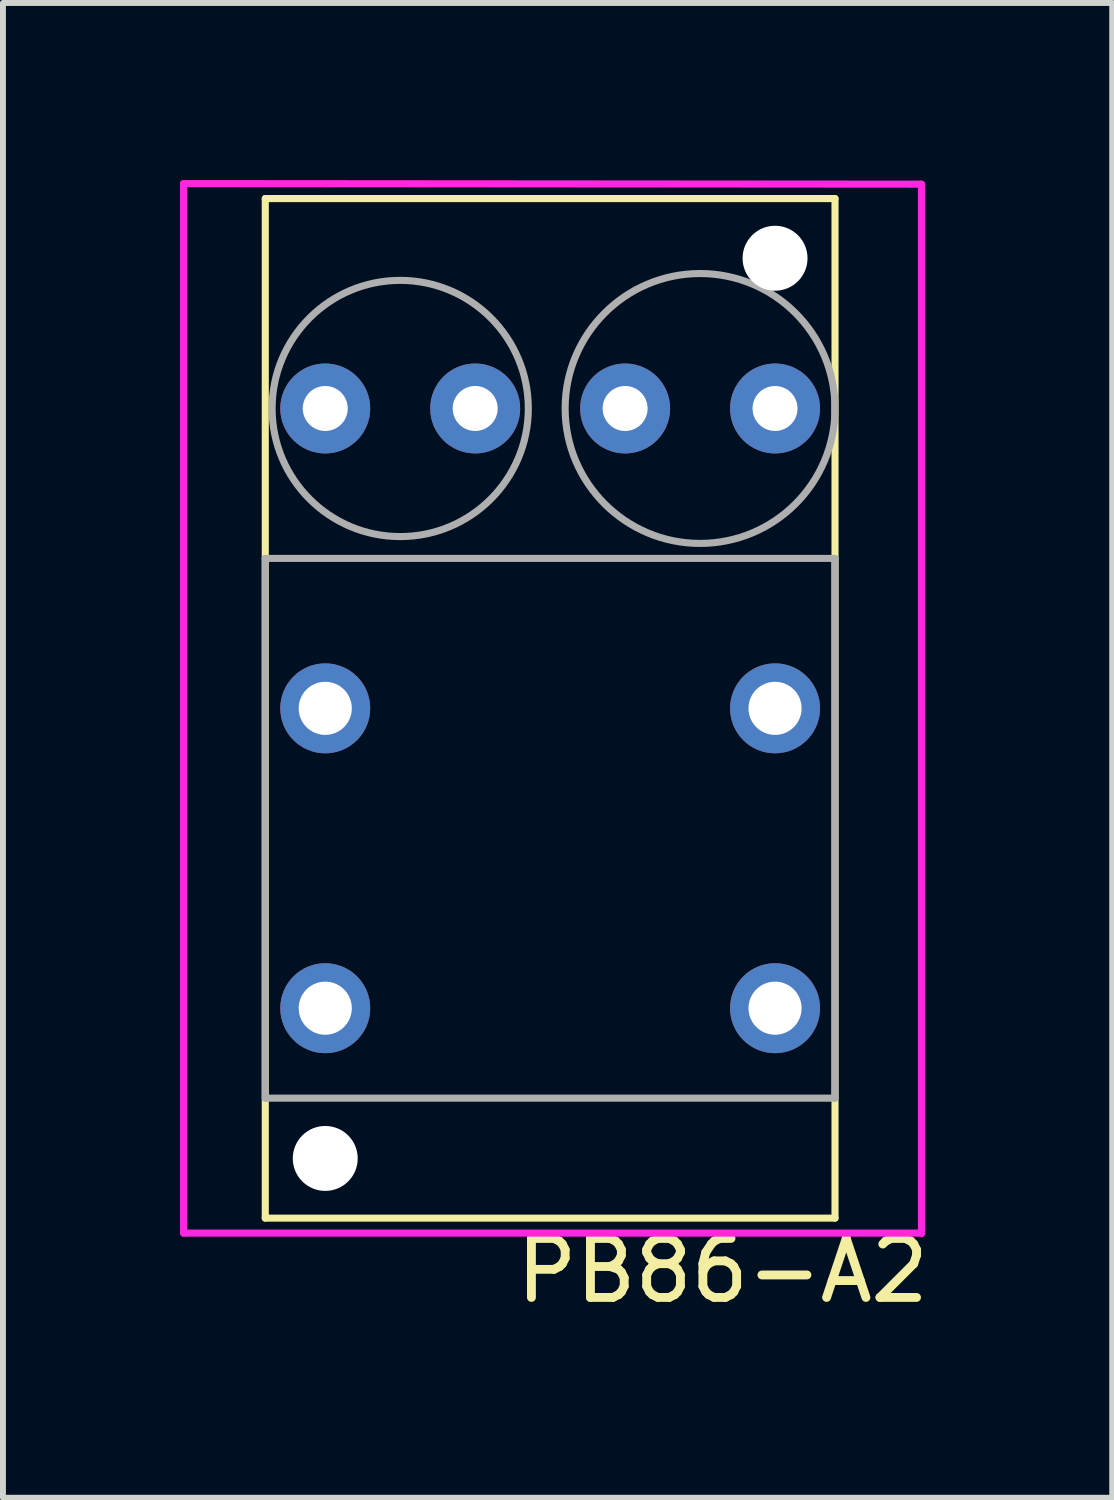
<source format=kicad_pcb>
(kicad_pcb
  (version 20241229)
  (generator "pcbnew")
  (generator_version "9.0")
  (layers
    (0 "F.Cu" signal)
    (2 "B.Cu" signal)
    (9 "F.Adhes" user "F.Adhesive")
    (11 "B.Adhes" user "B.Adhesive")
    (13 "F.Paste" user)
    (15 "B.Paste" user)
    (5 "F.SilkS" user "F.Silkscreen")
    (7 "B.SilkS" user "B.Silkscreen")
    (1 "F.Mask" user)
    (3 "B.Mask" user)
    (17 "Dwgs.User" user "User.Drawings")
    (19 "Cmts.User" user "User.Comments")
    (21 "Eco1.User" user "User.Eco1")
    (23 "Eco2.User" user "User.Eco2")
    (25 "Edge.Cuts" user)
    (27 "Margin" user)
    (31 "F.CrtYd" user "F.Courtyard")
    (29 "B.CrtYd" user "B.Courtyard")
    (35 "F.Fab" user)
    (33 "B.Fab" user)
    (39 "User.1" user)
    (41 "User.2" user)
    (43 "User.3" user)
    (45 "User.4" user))
  (footprint "PB86-A2"
    (layer "F.Cu")
    (at 2.46 8.95)
    (property "Reference" "PB86-A2" (at 6.731 9.525 0) (layer "F.SilkS") (effects (font (size 1 1) (thickness 0.15))))
    (attr through_hole)
    (fp_line (start -1.016 -8.636) (end 8.636 -8.636) (stroke (width 0.12) (type solid)) (layer "F.SilkS"))
    (fp_line (start -1.016 8.636) (end -1.016 -8.636) (stroke (width 0.12) (type solid)) (layer "F.SilkS"))
    (fp_line (start 8.636 -8.636) (end 8.636 8.636) (stroke (width 0.12) (type solid)) (layer "F.SilkS"))
    (fp_line (start 8.636 8.636) (end -1.016 8.636) (stroke (width 0.12) (type solid)) (layer "F.SilkS"))
    (fp_line (start -2.4 -8.89) (end 10.1 -8.88) (stroke (width 0.12) (type solid)) (layer "F.CrtYd"))
    (fp_line (start -2.4 8.89) (end -2.4 -8.89) (stroke (width 0.12) (type solid)) (layer "F.CrtYd"))
    (fp_line (start 10.1 -8.88) (end 10.1 8.9) (stroke (width 0.12) (type solid)) (layer "F.CrtYd"))
    (fp_line (start 10.1 8.89) (end -2.4 8.89) (stroke (width 0.12) (type solid)) (layer "F.CrtYd"))
    (fp_line (start -1.016 -2.54) (end 8.636 -2.54) (stroke (width 0.12) (type solid)) (layer "F.Fab"))
    (fp_line (start -1.016 6.604) (end -1.016 -2.54) (stroke (width 0.12) (type solid)) (layer "F.Fab"))
    (fp_line (start 8.636 -2.54) (end 8.636 6.604) (stroke (width 0.12) (type solid)) (layer "F.Fab"))
    (fp_line (start 8.636 6.604) (end -1.016 6.604) (stroke (width 0.12) (type solid)) (layer "F.Fab"))
    (fp_circle (center 1.27 -5.08) (end 3.302 -5.842) (stroke (width 0.12) (type solid)) (fill no) (layer "F.Fab"))
    (fp_circle (center 6.35 -5.08) (end 4.064 -5.08) (stroke (width 0.12) (type solid)) (fill no) (layer "F.Fab"))
    (pad "" np_thru_hole circle (at 0 7.625) (size 1.1 1.1) (drill 1.1) (layers "*.Cu" "*.Mask"))
    (pad "" np_thru_hole circle (at 7.62 -7.625) (size 1.1 1.1) (drill 1.1) (layers "*.Cu" "*.Mask"))
    (pad "1" thru_hole circle (at 0 0) (size 1.524 1.524) (drill 0.9) (layers "*.Cu" "*.Mask"))
    (pad "1" thru_hole circle (at 7.62 0) (size 1.524 1.524) (drill 0.9) (layers "*.Cu" "*.Mask"))
    (pad "2" thru_hole circle (at 0 5.08) (size 1.524 1.524) (drill 0.9) (layers "*.Cu" "*.Mask"))
    (pad "3" thru_hole circle (at 7.62 5.08) (size 1.524 1.524) (drill 0.9) (layers "*.Cu" "*.Mask"))
    (pad "4" thru_hole circle (at 0 -5.08) (size 1.524 1.524) (drill 0.762) (layers "*.Cu" "*.Mask"))
    (pad "5" thru_hole circle (at 2.54 -5.08) (size 1.524 1.524) (drill 0.762) (layers "*.Cu" "*.Mask"))
    (pad "6" thru_hole circle (at 5.08 -5.08) (size 1.524 1.524) (drill 0.762) (layers "*.Cu" "*.Mask"))
    (pad "7" thru_hole circle (at 7.62 -5.08) (size 1.524 1.524) (drill 0.762) (layers "*.Cu" "*.Mask")))
  (gr_rect
    (start -3 -3)
    (end 15.792 22.323)
    (stroke (width 0.1) (type default))
    (fill no)
    (layer "Edge.Cuts")))
</source>
